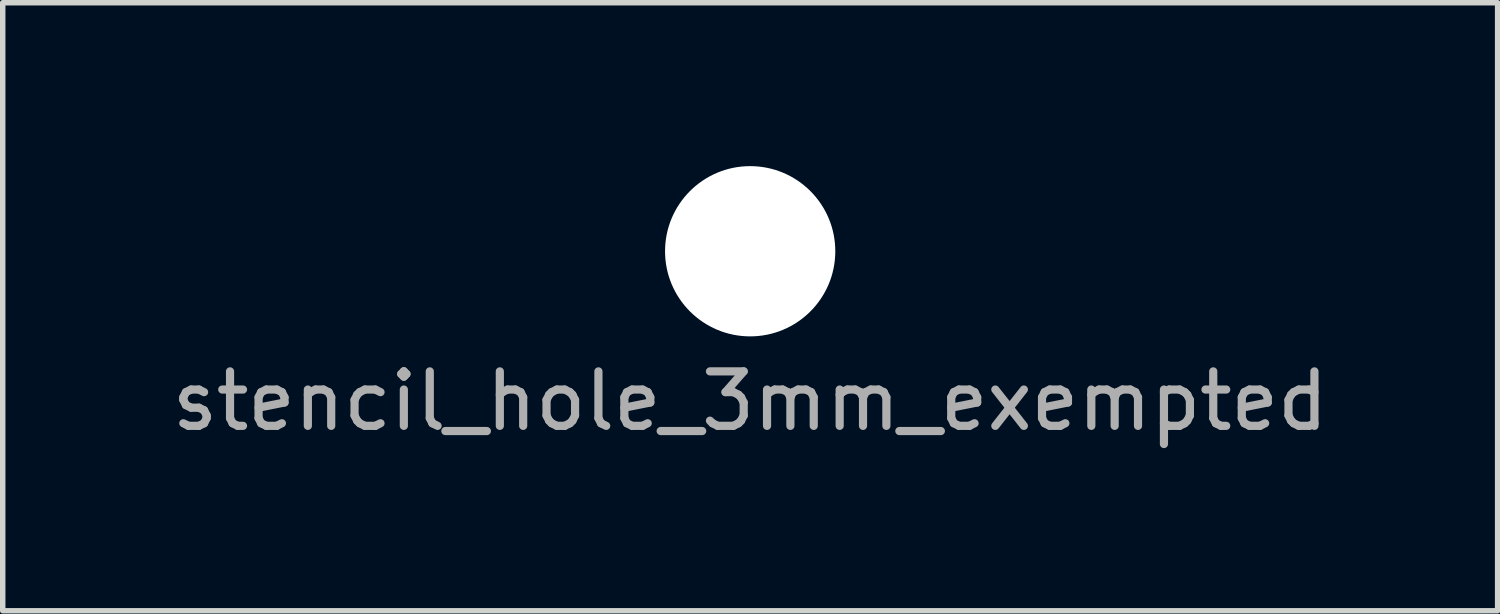
<source format=kicad_pcb>
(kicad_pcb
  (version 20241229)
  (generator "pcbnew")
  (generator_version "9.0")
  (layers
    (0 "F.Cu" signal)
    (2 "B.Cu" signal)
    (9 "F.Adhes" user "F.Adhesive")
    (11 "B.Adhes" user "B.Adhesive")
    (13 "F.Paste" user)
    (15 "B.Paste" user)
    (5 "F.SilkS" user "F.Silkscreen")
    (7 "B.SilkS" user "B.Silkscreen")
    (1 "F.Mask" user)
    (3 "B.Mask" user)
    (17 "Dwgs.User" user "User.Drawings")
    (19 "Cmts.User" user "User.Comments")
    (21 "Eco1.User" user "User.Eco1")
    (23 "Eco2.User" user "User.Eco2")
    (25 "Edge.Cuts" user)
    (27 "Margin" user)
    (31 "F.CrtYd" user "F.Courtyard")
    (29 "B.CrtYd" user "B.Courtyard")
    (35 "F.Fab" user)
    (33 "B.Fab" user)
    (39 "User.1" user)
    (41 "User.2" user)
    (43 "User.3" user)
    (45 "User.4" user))
  (footprint "stencil_hole_3mm_exempted"
    (layer "F.Cu")
    (at 10.72 1.562)
    (property "Reference" "stencil_hole_3mm_exempted" (at 0 2.75 0) (layer "F.Fab") (effects (font (size 1 1) (thickness 0.15))))
    (attr through_hole)
    (pad "" np_thru_hole circle (at 0 0) (size 3.125 3.125) (drill 3.125) (layers "*.Cu" "*.Paste" "*.Mask")))
  (gr_rect
    (start -3 -3)
    (end 24.44 8.161)
    (stroke (width 0.1) (type default))
    (fill no)
    (layer "Edge.Cuts")))
</source>
